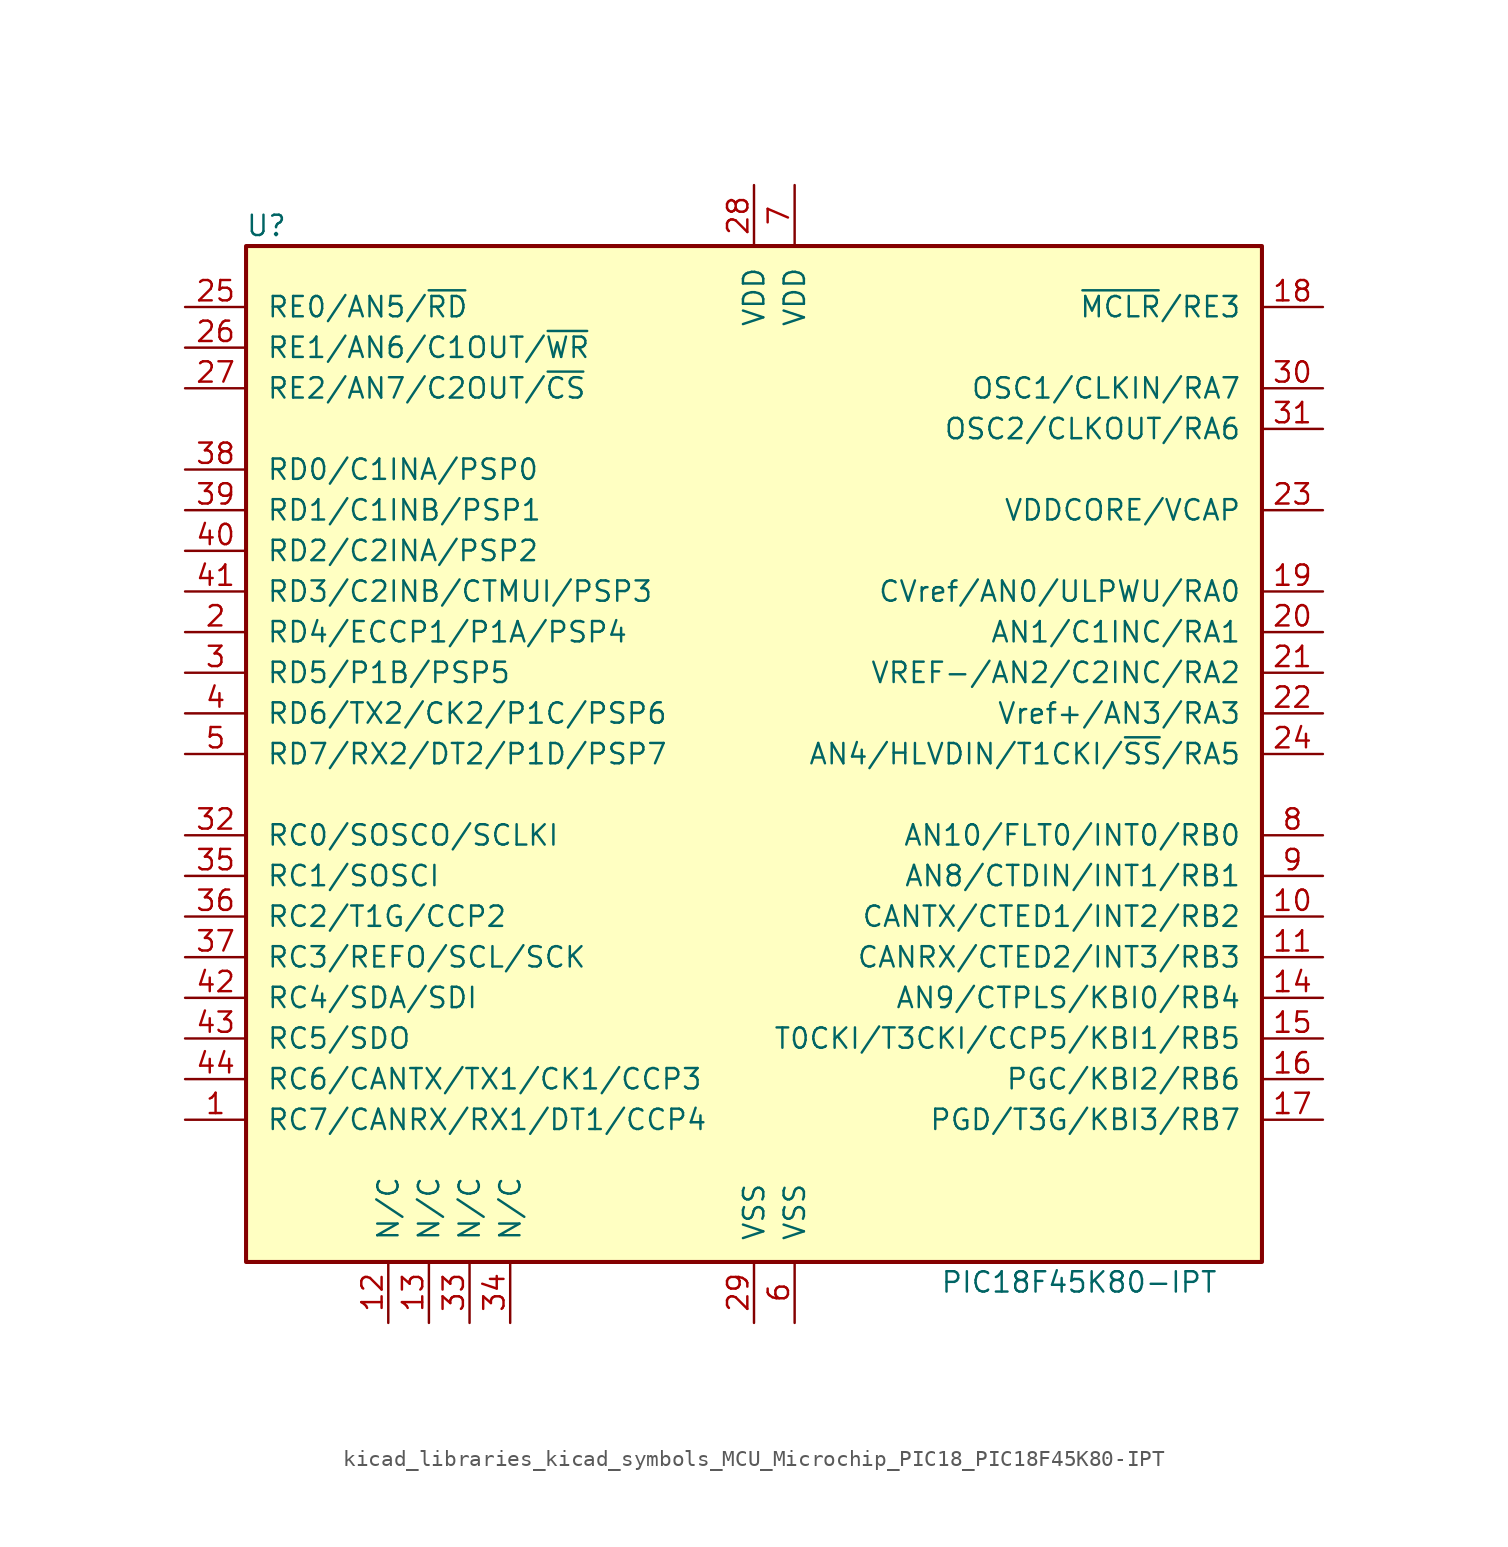
<source format=kicad_sym>
(kicad_symbol_lib
  (version 20220914)
  (generator kicad_symbol_editor)
  (symbol "kicad_libraries_kicad_symbols_MCU_Microchip_PIC18_PIC18F45K80-IPT"
    (pin_names
      (offset 1.27))
    (property "Reference" "U"
      (at -30.48 33.02 0)
      (effects (font (size 1.27 1.27))))
    (property "Value" "PIC18F45K80-IPT"
      (at 20.32 -33.02 0)
      (effects (font (size 1.27 1.27))))
    (symbol "kicad_libraries_kicad_symbols_MCU_Microchip_PIC18_PIC18F45K80-IPT_0_1"
      (rectangle (start -31.75 31.75) (end 31.75 -31.75) (stroke (width 0.254) (type default)) (fill (type background))))
    (symbol "kicad_libraries_kicad_symbols_MCU_Microchip_PIC18_PIC18F45K80-IPT_1_1"
      (pin bidirectional line (at -35.56 -22.86 0) (length 3.81) (name "RC7/CANRX/RX1/DT1/CCP4" (effects (font (size 1.27 1.27)))) (number "1" (effects (font (size 1.27 1.27)))))
      (pin bidirectional line (at 35.56 -10.16 180) (length 3.81) (name "CANTX/CTED1/INT2/RB2" (effects (font (size 1.27 1.27)))) (number "10" (effects (font (size 1.27 1.27)))))
      (pin bidirectional line (at 35.56 -12.7 180) (length 3.81) (name "CANRX/CTED2/INT3/RB3" (effects (font (size 1.27 1.27)))) (number "11" (effects (font (size 1.27 1.27)))))
      (pin bidirectional line (at -22.86 -35.56 90) (length 3.81) (name "N/C" (effects (font (size 1.27 1.27)))) (number "12" (effects (font (size 1.27 1.27)))))
      (pin bidirectional line (at -20.32 -35.56 90) (length 3.81) (name "N/C" (effects (font (size 1.27 1.27)))) (number "13" (effects (font (size 1.27 1.27)))))
      (pin bidirectional line (at 35.56 -15.24 180) (length 3.81) (name "AN9/CTPLS/KBI0/RB4" (effects (font (size 1.27 1.27)))) (number "14" (effects (font (size 1.27 1.27)))))
      (pin bidirectional line (at 35.56 -17.78 180) (length 3.81) (name "T0CKI/T3CKI/CCP5/KBI1/RB5" (effects (font (size 1.27 1.27)))) (number "15" (effects (font (size 1.27 1.27)))))
      (pin bidirectional line (at 35.56 -20.32 180) (length 3.81) (name "PGC/KBI2/RB6" (effects (font (size 1.27 1.27)))) (number "16" (effects (font (size 1.27 1.27)))))
      (pin bidirectional line (at 35.56 -22.86 180) (length 3.81) (name "PGD/T3G/KBI3/RB7" (effects (font (size 1.27 1.27)))) (number "17" (effects (font (size 1.27 1.27)))))
      (pin input line (at 35.56 27.94 180) (length 3.81) (name "~{MCLR}/RE3" (effects (font (size 1.27 1.27)))) (number "18" (effects (font (size 1.27 1.27)))))
      (pin bidirectional line (at 35.56 10.16 180) (length 3.81) (name "CVref/AN0/ULPWU/RA0" (effects (font (size 1.27 1.27)))) (number "19" (effects (font (size 1.27 1.27)))))
      (pin bidirectional line (at -35.56 7.62 0) (length 3.81) (name "RD4/ECCP1/P1A/PSP4" (effects (font (size 1.27 1.27)))) (number "2" (effects (font (size 1.27 1.27)))))
      (pin bidirectional line (at 35.56 7.62 180) (length 3.81) (name "AN1/C1INC/RA1" (effects (font (size 1.27 1.27)))) (number "20" (effects (font (size 1.27 1.27)))))
      (pin bidirectional line (at 35.56 5.08 180) (length 3.81) (name "VREF-/AN2/C2INC/RA2" (effects (font (size 1.27 1.27)))) (number "21" (effects (font (size 1.27 1.27)))))
      (pin bidirectional line (at 35.56 2.54 180) (length 3.81) (name "Vref+/AN3/RA3" (effects (font (size 1.27 1.27)))) (number "22" (effects (font (size 1.27 1.27)))))
      (pin passive line (at 35.56 15.24 180) (length 3.81) (name "VDDCORE/VCAP" (effects (font (size 1.27 1.27)))) (number "23" (effects (font (size 1.27 1.27)))))
      (pin bidirectional line (at 35.56 0 180) (length 3.81) (name "AN4/HLVDIN/T1CKI/~{SS}/RA5" (effects (font (size 1.27 1.27)))) (number "24" (effects (font (size 1.27 1.27)))))
      (pin bidirectional line (at -35.56 27.94 0) (length 3.81) (name "RE0/AN5/~{RD}" (effects (font (size 1.27 1.27)))) (number "25" (effects (font (size 1.27 1.27)))))
      (pin bidirectional line (at -35.56 25.4 0) (length 3.81) (name "RE1/AN6/C1OUT/~{WR}" (effects (font (size 1.27 1.27)))) (number "26" (effects (font (size 1.27 1.27)))))
      (pin power_in line (at -35.56 22.86 0) (length 3.81) (name "RE2/AN7/C2OUT/~{CS}" (effects (font (size 1.27 1.27)))) (number "27" (effects (font (size 1.27 1.27)))))
      (pin power_in line (at 0 35.56 270) (length 3.81) (name "VDD" (effects (font (size 1.27 1.27)))) (number "28" (effects (font (size 1.27 1.27)))))
      (pin power_in line (at 0 -35.56 90) (length 3.81) (name "VSS" (effects (font (size 1.27 1.27)))) (number "29" (effects (font (size 1.27 1.27)))))
      (pin bidirectional line (at -35.56 5.08 0) (length 3.81) (name "RD5/P1B/PSP5" (effects (font (size 1.27 1.27)))) (number "3" (effects (font (size 1.27 1.27)))))
      (pin input line (at 35.56 22.86 180) (length 3.81) (name "OSC1/CLKIN/RA7" (effects (font (size 1.27 1.27)))) (number "30" (effects (font (size 1.27 1.27)))))
      (pin output line (at 35.56 20.32 180) (length 3.81) (name "OSC2/CLKOUT/RA6" (effects (font (size 1.27 1.27)))) (number "31" (effects (font (size 1.27 1.27)))))
      (pin bidirectional line (at -35.56 -5.08 0) (length 3.81) (name "RC0/SOSCO/SCLKI" (effects (font (size 1.27 1.27)))) (number "32" (effects (font (size 1.27 1.27)))))
      (pin bidirectional line (at -17.78 -35.56 90) (length 3.81) (name "N/C" (effects (font (size 1.27 1.27)))) (number "33" (effects (font (size 1.27 1.27)))))
      (pin bidirectional line (at -15.24 -35.56 90) (length 3.81) (name "N/C" (effects (font (size 1.27 1.27)))) (number "34" (effects (font (size 1.27 1.27)))))
      (pin bidirectional line (at -35.56 -7.62 0) (length 3.81) (name "RC1/SOSCI" (effects (font (size 1.27 1.27)))) (number "35" (effects (font (size 1.27 1.27)))))
      (pin bidirectional line (at -35.56 -10.16 0) (length 3.81) (name "RC2/T1G/CCP2" (effects (font (size 1.27 1.27)))) (number "36" (effects (font (size 1.27 1.27)))))
      (pin bidirectional line (at -35.56 -12.7 0) (length 3.81) (name "RC3/REFO/SCL/SCK" (effects (font (size 1.27 1.27)))) (number "37" (effects (font (size 1.27 1.27)))))
      (pin bidirectional line (at -35.56 17.78 0) (length 3.81) (name "RD0/C1INA/PSP0" (effects (font (size 1.27 1.27)))) (number "38" (effects (font (size 1.27 1.27)))))
      (pin bidirectional line (at -35.56 15.24 0) (length 3.81) (name "RD1/C1INB/PSP1" (effects (font (size 1.27 1.27)))) (number "39" (effects (font (size 1.27 1.27)))))
      (pin bidirectional line (at -35.56 2.54 0) (length 3.81) (name "RD6/TX2/CK2/P1C/PSP6" (effects (font (size 1.27 1.27)))) (number "4" (effects (font (size 1.27 1.27)))))
      (pin bidirectional line (at -35.56 12.7 0) (length 3.81) (name "RD2/C2INA/PSP2" (effects (font (size 1.27 1.27)))) (number "40" (effects (font (size 1.27 1.27)))))
      (pin bidirectional line (at -35.56 10.16 0) (length 3.81) (name "RD3/C2INB/CTMUI/PSP3" (effects (font (size 1.27 1.27)))) (number "41" (effects (font (size 1.27 1.27)))))
      (pin bidirectional line (at -35.56 -15.24 0) (length 3.81) (name "RC4/SDA/SDI" (effects (font (size 1.27 1.27)))) (number "42" (effects (font (size 1.27 1.27)))))
      (pin bidirectional line (at -35.56 -17.78 0) (length 3.81) (name "RC5/SDO" (effects (font (size 1.27 1.27)))) (number "43" (effects (font (size 1.27 1.27)))))
      (pin bidirectional line (at -35.56 -20.32 0) (length 3.81) (name "RC6/CANTX/TX1/CK1/CCP3" (effects (font (size 1.27 1.27)))) (number "44" (effects (font (size 1.27 1.27)))))
      (pin bidirectional line (at -35.56 0 0) (length 3.81) (name "RD7/RX2/DT2/P1D/PSP7" (effects (font (size 1.27 1.27)))) (number "5" (effects (font (size 1.27 1.27)))))
      (pin power_in line (at 2.54 -35.56 90) (length 3.81) (name "VSS" (effects (font (size 1.27 1.27)))) (number "6" (effects (font (size 1.27 1.27)))))
      (pin power_in line (at 2.54 35.56 270) (length 3.81) (name "VDD" (effects (font (size 1.27 1.27)))) (number "7" (effects (font (size 1.27 1.27)))))
      (pin bidirectional line (at 35.56 -5.08 180) (length 3.81) (name "AN10/FLT0/INT0/RB0" (effects (font (size 1.27 1.27)))) (number "8" (effects (font (size 1.27 1.27)))))
      (pin bidirectional line (at 35.56 -7.62 180) (length 3.81) (name "AN8/CTDIN/INT1/RB1" (effects (font (size 1.27 1.27)))) (number "9" (effects (font (size 1.27 1.27))))))))
</source>
